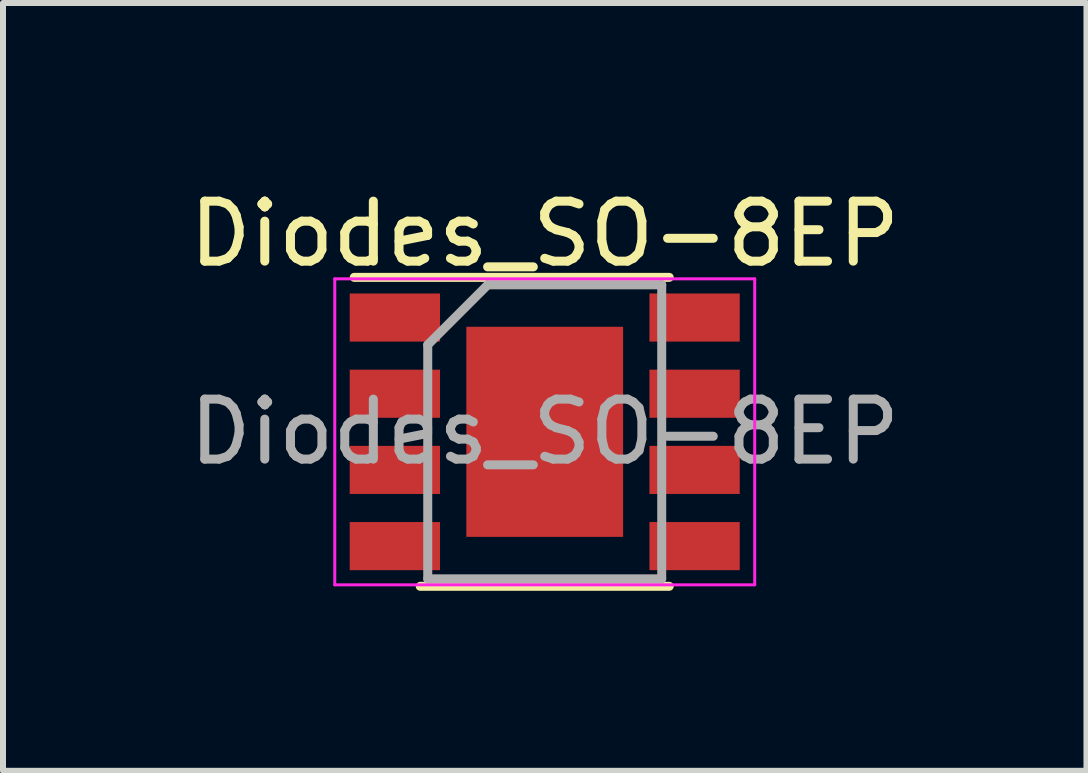
<source format=kicad_pcb>
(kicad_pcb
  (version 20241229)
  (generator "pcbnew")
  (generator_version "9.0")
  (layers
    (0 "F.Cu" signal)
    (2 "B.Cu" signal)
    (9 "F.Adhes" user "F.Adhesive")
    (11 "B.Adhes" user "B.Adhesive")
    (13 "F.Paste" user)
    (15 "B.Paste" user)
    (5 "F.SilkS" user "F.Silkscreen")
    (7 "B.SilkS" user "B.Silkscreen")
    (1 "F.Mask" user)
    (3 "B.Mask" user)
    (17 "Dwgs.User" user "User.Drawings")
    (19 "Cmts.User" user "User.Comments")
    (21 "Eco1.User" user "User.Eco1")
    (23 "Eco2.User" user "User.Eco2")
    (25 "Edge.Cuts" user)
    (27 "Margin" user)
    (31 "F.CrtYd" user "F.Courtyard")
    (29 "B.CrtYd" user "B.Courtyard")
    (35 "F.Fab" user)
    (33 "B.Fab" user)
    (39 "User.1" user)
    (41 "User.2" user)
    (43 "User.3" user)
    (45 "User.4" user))
  (footprint "Diodes_SO-8EP"
    (layer "F.Cu")
    (at 6.03 4.148)
    (property "Reference" "Diodes_SO-8EP" (at 0 -3.3 0) (layer "F.SilkS") (effects (font (size 1 1) (thickness 0.15))))
    (attr smd)
    (fp_line (start -3.175 -2.575) (end 2.075 -2.575) (stroke (width 0.15) (type solid)) (layer "F.SilkS"))
    (fp_line (start -2.075 2.575) (end 2.075 2.575) (stroke (width 0.15) (type solid)) (layer "F.SilkS"))
    (fp_line (start -3.5 -2.55) (end -3.5 2.55) (stroke (width 0.05) (type solid)) (layer "F.CrtYd"))
    (fp_line (start -3.5 -2.55) (end 3.5 -2.55) (stroke (width 0.05) (type solid)) (layer "F.CrtYd"))
    (fp_line (start -3.5 2.55) (end 3.5 2.55) (stroke (width 0.05) (type solid)) (layer "F.CrtYd"))
    (fp_line (start 3.5 -2.55) (end 3.5 2.55) (stroke (width 0.05) (type solid)) (layer "F.CrtYd"))
    (fp_line (start -1.95 -1.45) (end -0.95 -2.45) (stroke (width 0.15) (type solid)) (layer "F.Fab"))
    (fp_line (start -1.95 2.45) (end -1.95 -1.45) (stroke (width 0.15) (type solid)) (layer "F.Fab"))
    (fp_line (start -0.95 -2.45) (end 1.95 -2.45) (stroke (width 0.15) (type solid)) (layer "F.Fab"))
    (fp_line (start 1.95 -2.45) (end 1.95 2.45) (stroke (width 0.15) (type solid)) (layer "F.Fab"))
    (fp_line (start 1.95 2.45) (end -1.95 2.45) (stroke (width 0.15) (type solid)) (layer "F.Fab"))
    (fp_text user "${REFERENCE}" (at 0 0 0) (layer "F.Fab") (effects (font (size 1 1) (thickness 0.15))))
    (pad "1" smd rect (at -2.498 -1.905) (size 1.505 0.802) (layers "F.Cu" "F.Mask" "F.Paste"))
    (pad "2" smd rect (at -2.498 -0.635) (size 1.505 0.802) (layers "F.Cu" "F.Mask" "F.Paste"))
    (pad "3" smd rect (at -2.498 0.635) (size 1.505 0.802) (layers "F.Cu" "F.Mask" "F.Paste"))
    (pad "4" smd rect (at -2.498 1.905) (size 1.505 0.802) (layers "F.Cu" "F.Mask" "F.Paste"))
    (pad "5" smd rect (at 2.498 1.905) (size 1.505 0.802) (layers "F.Cu" "F.Mask" "F.Paste"))
    (pad "6" smd rect (at 2.498 0.635) (size 1.505 0.802) (layers "F.Cu" "F.Mask" "F.Paste"))
    (pad "7" smd rect (at 2.498 -0.635) (size 1.505 0.802) (layers "F.Cu" "F.Mask" "F.Paste"))
    (pad "8" smd rect (at 2.498 -1.905) (size 1.505 0.802) (layers "F.Cu" "F.Mask" "F.Paste"))
    (pad "9" smd rect (at 0 0) (size 2.613 3.502) (layers "F.Cu" "F.Mask" "F.Paste")))
  (gr_rect
    (start -3 -3)
    (end 15.06 9.798)
    (stroke (width 0.1) (type default))
    (fill no)
    (layer "Edge.Cuts")))
</source>
